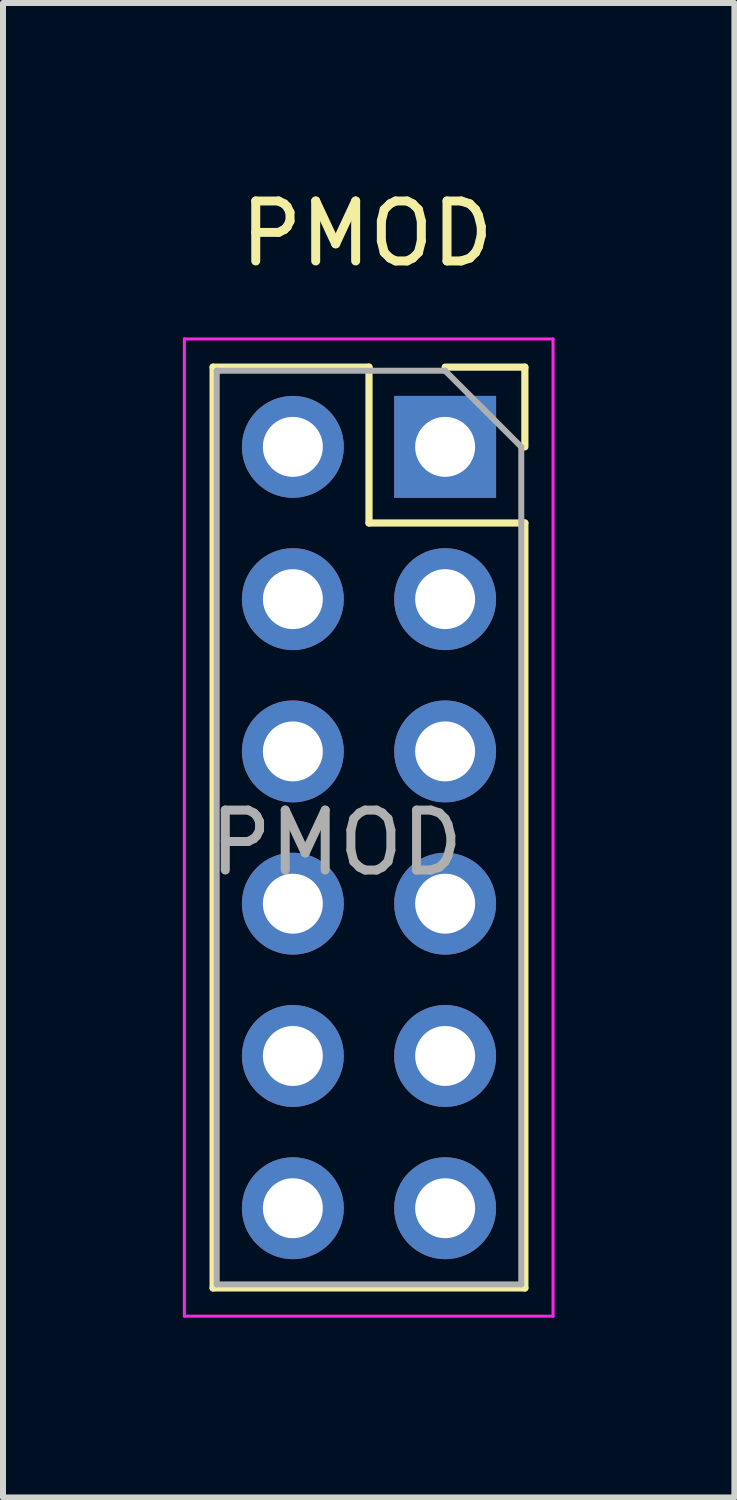
<source format=kicad_pcb>
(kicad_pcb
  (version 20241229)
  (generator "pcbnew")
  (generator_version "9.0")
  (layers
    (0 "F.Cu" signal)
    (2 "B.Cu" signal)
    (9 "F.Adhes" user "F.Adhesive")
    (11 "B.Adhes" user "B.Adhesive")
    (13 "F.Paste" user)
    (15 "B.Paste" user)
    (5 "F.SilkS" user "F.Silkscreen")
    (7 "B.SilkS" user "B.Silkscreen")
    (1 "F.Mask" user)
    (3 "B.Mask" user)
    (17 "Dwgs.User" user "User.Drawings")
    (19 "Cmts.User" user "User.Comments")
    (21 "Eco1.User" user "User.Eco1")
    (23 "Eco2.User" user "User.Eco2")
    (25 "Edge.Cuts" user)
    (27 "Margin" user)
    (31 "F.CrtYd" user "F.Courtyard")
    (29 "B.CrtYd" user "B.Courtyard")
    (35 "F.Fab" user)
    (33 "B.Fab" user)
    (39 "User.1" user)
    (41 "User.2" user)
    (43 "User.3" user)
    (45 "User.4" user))
  (footprint "PMOD"
    (layer "F.Cu")
    (at 3.073 11.008)
    (property "Reference" "PMOD" (at 0 -10.16 0) (unlocked yes) (layer "F.SilkS") (effects (font (size 1 1) (thickness 0.15))))
    (fp_line (start -2.568 -7.934) (end -2.568 7.426) (stroke (width 0.12) (type solid)) (layer "F.SilkS"))
    (fp_line (start 0.032 -7.934) (end -2.568 -7.934) (stroke (width 0.12) (type solid)) (layer "F.SilkS"))
    (fp_line (start 0.032 -5.334) (end 0.032 -7.934) (stroke (width 0.12) (type solid)) (layer "F.SilkS"))
    (fp_line (start 2.632 -7.934) (end 1.302 -7.934) (stroke (width 0.12) (type solid)) (layer "F.SilkS"))
    (fp_line (start 2.632 -6.604) (end 2.632 -7.934) (stroke (width 0.12) (type solid)) (layer "F.SilkS"))
    (fp_line (start 2.632 -5.334) (end 0.032 -5.334) (stroke (width 0.12) (type solid)) (layer "F.SilkS"))
    (fp_line (start 2.632 -5.334) (end 2.632 7.426) (stroke (width 0.12) (type solid)) (layer "F.SilkS"))
    (fp_line (start 2.632 7.426) (end -2.568 7.426) (stroke (width 0.12) (type solid)) (layer "F.SilkS"))
    (fp_line (start -3.048 -8.404) (end 3.102 -8.404) (stroke (width 0.05) (type solid)) (layer "F.CrtYd"))
    (fp_line (start -3.048 7.896) (end -3.048 -8.404) (stroke (width 0.05) (type solid)) (layer "F.CrtYd"))
    (fp_line (start 3.102 -8.404) (end 3.102 7.896) (stroke (width 0.05) (type solid)) (layer "F.CrtYd"))
    (fp_line (start 3.102 7.896) (end -3.048 7.896) (stroke (width 0.05) (type solid)) (layer "F.CrtYd"))
    (fp_line (start -2.508 -7.874) (end -2.508 7.366) (stroke (width 0.1) (type solid)) (layer "F.Fab"))
    (fp_line (start -2.508 7.366) (end 2.572 7.366) (stroke (width 0.1) (type solid)) (layer "F.Fab"))
    (fp_line (start 1.302 -7.874) (end -2.508 -7.874) (stroke (width 0.1) (type solid)) (layer "F.Fab"))
    (fp_line (start 2.572 -6.604) (end 1.302 -7.874) (stroke (width 0.1) (type solid)) (layer "F.Fab"))
    (fp_line (start 2.572 7.366) (end 2.572 -6.604) (stroke (width 0.1) (type solid)) (layer "F.Fab"))
    (fp_text user "${REFERENCE}" (at -0.508 0 0) (unlocked yes) (layer "F.Fab") (effects (font (size 1 1) (thickness 0.15))))
    (pad "1" thru_hole rect (at 1.302 -6.604) (size 1.7 1.7) (drill 1) (layers "*.Cu" "*.Mask"))
    (pad "2" thru_hole oval (at 1.302 -4.064) (size 1.7 1.7) (drill 1) (layers "*.Cu" "*.Mask"))
    (pad "3" thru_hole oval (at 1.302 -1.524) (size 1.7 1.7) (drill 1) (layers "*.Cu" "*.Mask"))
    (pad "4" thru_hole oval (at 1.302 1.016) (size 1.7 1.7) (drill 1) (layers "*.Cu" "*.Mask"))
    (pad "5" thru_hole oval (at 1.302 3.556) (size 1.7 1.7) (drill 1) (layers "*.Cu" "*.Mask"))
    (pad "6" thru_hole oval (at 1.302 6.096) (size 1.7 1.7) (drill 1) (layers "*.Cu" "*.Mask"))
    (pad "7" thru_hole oval (at -1.238 -6.604) (size 1.7 1.7) (drill 1) (layers "*.Cu" "*.Mask"))
    (pad "8" thru_hole oval (at -1.238 -4.064) (size 1.7 1.7) (drill 1) (layers "*.Cu" "*.Mask"))
    (pad "9" thru_hole oval (at -1.238 -1.524) (size 1.7 1.7) (drill 1) (layers "*.Cu" "*.Mask"))
    (pad "10" thru_hole oval (at -1.238 1.016) (size 1.7 1.7) (drill 1) (layers "*.Cu" "*.Mask"))
    (pad "11" thru_hole oval (at -1.238 3.556) (size 1.7 1.7) (drill 1) (layers "*.Cu" "*.Mask"))
    (pad "12" thru_hole oval (at -1.238 6.096) (size 1.7 1.7) (drill 1) (layers "*.Cu" "*.Mask")))
  (gr_rect
    (start -3 -3)
    (end 9.2 21.929)
    (stroke (width 0.1) (type default))
    (fill no)
    (layer "Edge.Cuts")))
</source>
